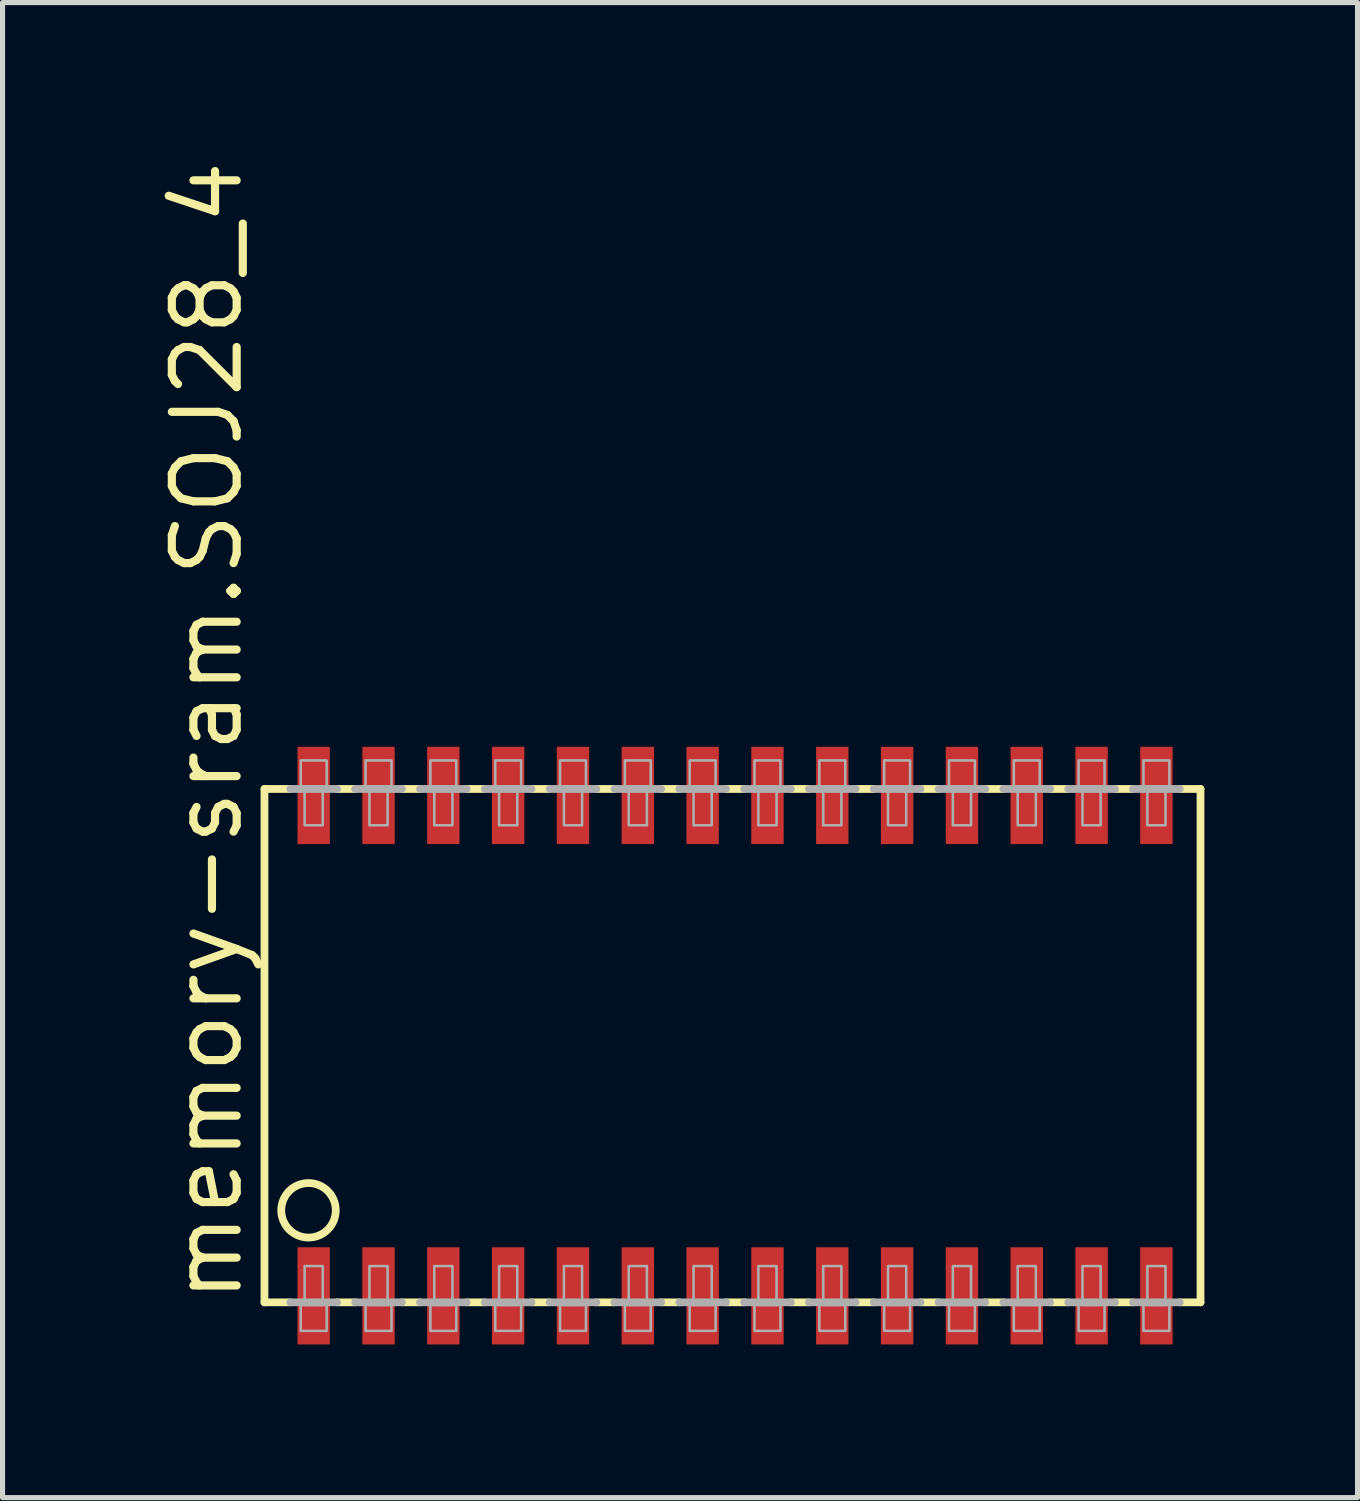
<source format=kicad_pcb>
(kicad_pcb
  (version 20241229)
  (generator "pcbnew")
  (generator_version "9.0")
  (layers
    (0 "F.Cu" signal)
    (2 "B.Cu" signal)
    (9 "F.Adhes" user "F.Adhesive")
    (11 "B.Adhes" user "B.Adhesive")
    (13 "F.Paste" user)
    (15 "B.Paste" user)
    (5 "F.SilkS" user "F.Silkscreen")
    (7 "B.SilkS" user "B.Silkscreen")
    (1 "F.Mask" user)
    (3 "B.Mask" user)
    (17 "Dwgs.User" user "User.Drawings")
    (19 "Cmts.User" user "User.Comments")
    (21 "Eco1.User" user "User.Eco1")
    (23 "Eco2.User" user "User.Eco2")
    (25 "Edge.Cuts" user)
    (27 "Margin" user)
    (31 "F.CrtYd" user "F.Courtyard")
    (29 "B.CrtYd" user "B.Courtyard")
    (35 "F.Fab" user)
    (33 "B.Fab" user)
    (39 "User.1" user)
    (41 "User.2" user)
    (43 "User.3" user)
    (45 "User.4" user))
  (footprint "memory-sram.SOJ28_4"
    (layer "F.Cu")
    (at 11.351 17.436)
    (property "Reference" "memory-sram.SOJ28_4" (at -9.601 5.105 90) (layer "F.SilkS") (effects (font (size 1.27 1.27) (thickness 0.16)) (justify left bottom)))
    (attr smd)
    (fp_line (start -9.22 -5.029) (end -9.22 5.029) (stroke (width 0.152) (type default)) (layer "F.SilkS"))
    (fp_line (start -9.22 -5.029) (end -8.712 -5.029) (stroke (width 0.152) (type default)) (layer "F.SilkS"))
    (fp_line (start -9.22 5.029) (end -8.712 5.029) (stroke (width 0.152) (type default)) (layer "F.SilkS"))
    (fp_line (start -7.798 -5.029) (end -7.442 -5.029) (stroke (width 0.152) (type default)) (layer "F.SilkS"))
    (fp_line (start -7.442 5.029) (end -7.798 5.029) (stroke (width 0.152) (type default)) (layer "F.SilkS"))
    (fp_line (start -6.528 -5.029) (end -6.172 -5.029) (stroke (width 0.152) (type default)) (layer "F.SilkS"))
    (fp_line (start -6.172 5.029) (end -6.528 5.029) (stroke (width 0.152) (type default)) (layer "F.SilkS"))
    (fp_line (start -5.258 -5.029) (end -4.902 -5.029) (stroke (width 0.152) (type default)) (layer "F.SilkS"))
    (fp_line (start -4.902 5.029) (end -5.258 5.029) (stroke (width 0.152) (type default)) (layer "F.SilkS"))
    (fp_line (start -3.988 -5.029) (end -3.632 -5.029) (stroke (width 0.152) (type default)) (layer "F.SilkS"))
    (fp_line (start -3.632 5.029) (end -3.988 5.029) (stroke (width 0.152) (type default)) (layer "F.SilkS"))
    (fp_line (start -2.718 -5.029) (end -2.362 -5.029) (stroke (width 0.152) (type default)) (layer "F.SilkS"))
    (fp_line (start -2.362 5.029) (end -2.718 5.029) (stroke (width 0.152) (type default)) (layer "F.SilkS"))
    (fp_line (start -1.448 -5.029) (end -1.092 -5.029) (stroke (width 0.152) (type default)) (layer "F.SilkS"))
    (fp_line (start -1.092 5.029) (end -1.448 5.029) (stroke (width 0.152) (type default)) (layer "F.SilkS"))
    (fp_line (start -0.178 -5.029) (end 0.178 -5.029) (stroke (width 0.152) (type default)) (layer "F.SilkS"))
    (fp_line (start 0.178 5.029) (end -0.178 5.029) (stroke (width 0.152) (type default)) (layer "F.SilkS"))
    (fp_line (start 1.092 -5.029) (end 1.448 -5.029) (stroke (width 0.152) (type default)) (layer "F.SilkS"))
    (fp_line (start 1.448 5.029) (end 1.092 5.029) (stroke (width 0.152) (type default)) (layer "F.SilkS"))
    (fp_line (start 2.362 -5.029) (end 2.718 -5.029) (stroke (width 0.152) (type default)) (layer "F.SilkS"))
    (fp_line (start 2.718 5.029) (end 2.362 5.029) (stroke (width 0.152) (type default)) (layer "F.SilkS"))
    (fp_line (start 3.632 -5.029) (end 3.988 -5.029) (stroke (width 0.152) (type default)) (layer "F.SilkS"))
    (fp_line (start 3.988 5.029) (end 3.632 5.029) (stroke (width 0.152) (type default)) (layer "F.SilkS"))
    (fp_line (start 4.902 -5.029) (end 5.258 -5.029) (stroke (width 0.152) (type default)) (layer "F.SilkS"))
    (fp_line (start 5.258 5.029) (end 4.902 5.029) (stroke (width 0.152) (type default)) (layer "F.SilkS"))
    (fp_line (start 6.172 -5.029) (end 6.528 -5.029) (stroke (width 0.152) (type default)) (layer "F.SilkS"))
    (fp_line (start 6.528 5.029) (end 6.172 5.029) (stroke (width 0.152) (type default)) (layer "F.SilkS"))
    (fp_line (start 7.442 -5.029) (end 7.798 -5.029) (stroke (width 0.152) (type default)) (layer "F.SilkS"))
    (fp_line (start 7.798 5.029) (end 7.442 5.029) (stroke (width 0.152) (type default)) (layer "F.SilkS"))
    (fp_line (start 9.119 -5.029) (end 8.712 -5.029) (stroke (width 0.152) (type default)) (layer "F.SilkS"))
    (fp_line (start 9.119 5.029) (end 8.712 5.029) (stroke (width 0.152) (type default)) (layer "F.SilkS"))
    (fp_line (start 9.119 5.029) (end 9.119 -5.029) (stroke (width 0.152) (type default)) (layer "F.SilkS"))
    (fp_circle (center -8.357 3.226) (end -7.823 3.226) (stroke (width 0.152) (type default)) (fill no) (layer "F.SilkS"))
    (fp_line (start -8.712 -5.029) (end -7.798 -5.029) (stroke (width 0.152) (type default)) (layer "F.Fab"))
    (fp_line (start -8.712 5.029) (end -7.798 5.029) (stroke (width 0.152) (type default)) (layer "F.Fab"))
    (fp_line (start -7.442 -5.029) (end -6.528 -5.029) (stroke (width 0.152) (type default)) (layer "F.Fab"))
    (fp_line (start -6.528 5.029) (end -7.442 5.029) (stroke (width 0.152) (type default)) (layer "F.Fab"))
    (fp_line (start -6.172 -5.029) (end -5.258 -5.029) (stroke (width 0.152) (type default)) (layer "F.Fab"))
    (fp_line (start -5.258 5.029) (end -6.172 5.029) (stroke (width 0.152) (type default)) (layer "F.Fab"))
    (fp_line (start -4.902 -5.029) (end -3.988 -5.029) (stroke (width 0.152) (type default)) (layer "F.Fab"))
    (fp_line (start -3.988 5.029) (end -4.902 5.029) (stroke (width 0.152) (type default)) (layer "F.Fab"))
    (fp_line (start -3.632 -5.029) (end -2.718 -5.029) (stroke (width 0.152) (type default)) (layer "F.Fab"))
    (fp_line (start -2.718 5.029) (end -3.632 5.029) (stroke (width 0.152) (type default)) (layer "F.Fab"))
    (fp_line (start -2.362 -5.029) (end -1.448 -5.029) (stroke (width 0.152) (type default)) (layer "F.Fab"))
    (fp_line (start -1.448 5.029) (end -2.362 5.029) (stroke (width 0.152) (type default)) (layer "F.Fab"))
    (fp_line (start -1.092 -5.029) (end -0.178 -5.029) (stroke (width 0.152) (type default)) (layer "F.Fab"))
    (fp_line (start -0.178 5.029) (end -1.092 5.029) (stroke (width 0.152) (type default)) (layer "F.Fab"))
    (fp_line (start 0.178 -5.029) (end 1.092 -5.029) (stroke (width 0.152) (type default)) (layer "F.Fab"))
    (fp_line (start 1.092 5.029) (end 0.178 5.029) (stroke (width 0.152) (type default)) (layer "F.Fab"))
    (fp_line (start 1.448 -5.029) (end 2.362 -5.029) (stroke (width 0.152) (type default)) (layer "F.Fab"))
    (fp_line (start 2.362 5.029) (end 1.448 5.029) (stroke (width 0.152) (type default)) (layer "F.Fab"))
    (fp_line (start 2.718 -5.029) (end 3.632 -5.029) (stroke (width 0.152) (type default)) (layer "F.Fab"))
    (fp_line (start 3.632 5.029) (end 2.718 5.029) (stroke (width 0.152) (type default)) (layer "F.Fab"))
    (fp_line (start 3.988 -5.029) (end 4.902 -5.029) (stroke (width 0.152) (type default)) (layer "F.Fab"))
    (fp_line (start 4.902 5.029) (end 3.988 5.029) (stroke (width 0.152) (type default)) (layer "F.Fab"))
    (fp_line (start 5.258 -5.029) (end 6.172 -5.029) (stroke (width 0.152) (type default)) (layer "F.Fab"))
    (fp_line (start 6.172 5.029) (end 5.258 5.029) (stroke (width 0.152) (type default)) (layer "F.Fab"))
    (fp_line (start 6.528 -5.029) (end 7.442 -5.029) (stroke (width 0.152) (type default)) (layer "F.Fab"))
    (fp_line (start 7.442 5.029) (end 6.528 5.029) (stroke (width 0.152) (type default)) (layer "F.Fab"))
    (fp_line (start 8.712 -5.029) (end 7.798 -5.029) (stroke (width 0.152) (type default)) (layer "F.Fab"))
    (fp_line (start 8.712 5.029) (end 7.798 5.029) (stroke (width 0.152) (type default)) (layer "F.Fab"))
    (fp_rect (start -8.509 -5.08) (end -8.001 -5.588) (stroke (width 0.05) (type default)) (fill no) (layer "F.Fab"))
    (fp_rect (start -8.509 5.588) (end -8.001 5.08) (stroke (width 0.05) (type default)) (fill no) (layer "F.Fab"))
    (fp_rect (start -8.433 -4.318) (end -8.077 -5.08) (stroke (width 0.05) (type default)) (fill no) (layer "F.Fab"))
    (fp_rect (start -8.433 5.08) (end -8.077 4.318) (stroke (width 0.05) (type default)) (fill no) (layer "F.Fab"))
    (fp_rect (start -7.239 -5.08) (end -6.731 -5.588) (stroke (width 0.05) (type default)) (fill no) (layer "F.Fab"))
    (fp_rect (start -7.239 5.588) (end -6.731 5.08) (stroke (width 0.05) (type default)) (fill no) (layer "F.Fab"))
    (fp_rect (start -7.163 -4.318) (end -6.807 -5.08) (stroke (width 0.05) (type default)) (fill no) (layer "F.Fab"))
    (fp_rect (start -7.163 5.08) (end -6.807 4.318) (stroke (width 0.05) (type default)) (fill no) (layer "F.Fab"))
    (fp_rect (start -5.969 -5.08) (end -5.461 -5.588) (stroke (width 0.05) (type default)) (fill no) (layer "F.Fab"))
    (fp_rect (start -5.969 5.588) (end -5.461 5.08) (stroke (width 0.05) (type default)) (fill no) (layer "F.Fab"))
    (fp_rect (start -5.893 -4.318) (end -5.537 -5.08) (stroke (width 0.05) (type default)) (fill no) (layer "F.Fab"))
    (fp_rect (start -5.893 5.08) (end -5.537 4.318) (stroke (width 0.05) (type default)) (fill no) (layer "F.Fab"))
    (fp_rect (start -4.699 -5.08) (end -4.191 -5.588) (stroke (width 0.05) (type default)) (fill no) (layer "F.Fab"))
    (fp_rect (start -4.699 5.588) (end -4.191 5.08) (stroke (width 0.05) (type default)) (fill no) (layer "F.Fab"))
    (fp_rect (start -4.623 -4.318) (end -4.267 -5.08) (stroke (width 0.05) (type default)) (fill no) (layer "F.Fab"))
    (fp_rect (start -4.623 5.08) (end -4.267 4.318) (stroke (width 0.05) (type default)) (fill no) (layer "F.Fab"))
    (fp_rect (start -3.429 -5.08) (end -2.921 -5.588) (stroke (width 0.05) (type default)) (fill no) (layer "F.Fab"))
    (fp_rect (start -3.429 5.588) (end -2.921 5.08) (stroke (width 0.05) (type default)) (fill no) (layer "F.Fab"))
    (fp_rect (start -3.353 -4.318) (end -2.997 -5.08) (stroke (width 0.05) (type default)) (fill no) (layer "F.Fab"))
    (fp_rect (start -3.353 5.08) (end -2.997 4.318) (stroke (width 0.05) (type default)) (fill no) (layer "F.Fab"))
    (fp_rect (start -2.159 -5.08) (end -1.651 -5.588) (stroke (width 0.05) (type default)) (fill no) (layer "F.Fab"))
    (fp_rect (start -2.159 5.588) (end -1.651 5.08) (stroke (width 0.05) (type default)) (fill no) (layer "F.Fab"))
    (fp_rect (start -2.083 -4.318) (end -1.727 -5.08) (stroke (width 0.05) (type default)) (fill no) (layer "F.Fab"))
    (fp_rect (start -2.083 5.08) (end -1.727 4.318) (stroke (width 0.05) (type default)) (fill no) (layer "F.Fab"))
    (fp_rect (start -0.889 -5.08) (end -0.381 -5.588) (stroke (width 0.05) (type default)) (fill no) (layer "F.Fab"))
    (fp_rect (start -0.889 5.588) (end -0.381 5.08) (stroke (width 0.05) (type default)) (fill no) (layer "F.Fab"))
    (fp_rect (start -0.813 -4.318) (end -0.457 -5.08) (stroke (width 0.05) (type default)) (fill no) (layer "F.Fab"))
    (fp_rect (start -0.813 5.08) (end -0.457 4.318) (stroke (width 0.05) (type default)) (fill no) (layer "F.Fab"))
    (fp_rect (start 0.381 -5.08) (end 0.889 -5.588) (stroke (width 0.05) (type default)) (fill no) (layer "F.Fab"))
    (fp_rect (start 0.381 5.588) (end 0.889 5.08) (stroke (width 0.05) (type default)) (fill no) (layer "F.Fab"))
    (fp_rect (start 0.457 -4.318) (end 0.813 -5.08) (stroke (width 0.05) (type default)) (fill no) (layer "F.Fab"))
    (fp_rect (start 0.457 5.08) (end 0.813 4.318) (stroke (width 0.05) (type default)) (fill no) (layer "F.Fab"))
    (fp_rect (start 1.651 -5.08) (end 2.159 -5.588) (stroke (width 0.05) (type default)) (fill no) (layer "F.Fab"))
    (fp_rect (start 1.651 5.588) (end 2.159 5.08) (stroke (width 0.05) (type default)) (fill no) (layer "F.Fab"))
    (fp_rect (start 1.727 -4.318) (end 2.083 -5.08) (stroke (width 0.05) (type default)) (fill no) (layer "F.Fab"))
    (fp_rect (start 1.727 5.08) (end 2.083 4.318) (stroke (width 0.05) (type default)) (fill no) (layer "F.Fab"))
    (fp_rect (start 2.921 -5.08) (end 3.429 -5.588) (stroke (width 0.05) (type default)) (fill no) (layer "F.Fab"))
    (fp_rect (start 2.921 5.588) (end 3.429 5.08) (stroke (width 0.05) (type default)) (fill no) (layer "F.Fab"))
    (fp_rect (start 2.997 -4.318) (end 3.353 -5.08) (stroke (width 0.05) (type default)) (fill no) (layer "F.Fab"))
    (fp_rect (start 2.997 5.08) (end 3.353 4.318) (stroke (width 0.05) (type default)) (fill no) (layer "F.Fab"))
    (fp_rect (start 4.191 -5.08) (end 4.699 -5.588) (stroke (width 0.05) (type default)) (fill no) (layer "F.Fab"))
    (fp_rect (start 4.191 5.588) (end 4.699 5.08) (stroke (width 0.05) (type default)) (fill no) (layer "F.Fab"))
    (fp_rect (start 4.267 -4.318) (end 4.623 -5.08) (stroke (width 0.05) (type default)) (fill no) (layer "F.Fab"))
    (fp_rect (start 4.267 5.08) (end 4.623 4.318) (stroke (width 0.05) (type default)) (fill no) (layer "F.Fab"))
    (fp_rect (start 5.461 -5.08) (end 5.969 -5.588) (stroke (width 0.05) (type default)) (fill no) (layer "F.Fab"))
    (fp_rect (start 5.461 5.588) (end 5.969 5.08) (stroke (width 0.05) (type default)) (fill no) (layer "F.Fab"))
    (fp_rect (start 5.537 -4.318) (end 5.893 -5.08) (stroke (width 0.05) (type default)) (fill no) (layer "F.Fab"))
    (fp_rect (start 5.537 5.08) (end 5.893 4.318) (stroke (width 0.05) (type default)) (fill no) (layer "F.Fab"))
    (fp_rect (start 6.731 -5.08) (end 7.239 -5.588) (stroke (width 0.05) (type default)) (fill no) (layer "F.Fab"))
    (fp_rect (start 6.731 5.588) (end 7.239 5.08) (stroke (width 0.05) (type default)) (fill no) (layer "F.Fab"))
    (fp_rect (start 6.807 -4.318) (end 7.163 -5.08) (stroke (width 0.05) (type default)) (fill no) (layer "F.Fab"))
    (fp_rect (start 6.807 5.08) (end 7.163 4.318) (stroke (width 0.05) (type default)) (fill no) (layer "F.Fab"))
    (fp_rect (start 8.001 -5.08) (end 8.509 -5.588) (stroke (width 0.05) (type default)) (fill no) (layer "F.Fab"))
    (fp_rect (start 8.001 5.588) (end 8.509 5.08) (stroke (width 0.05) (type default)) (fill no) (layer "F.Fab"))
    (fp_rect (start 8.077 -4.318) (end 8.433 -5.08) (stroke (width 0.05) (type default)) (fill no) (layer "F.Fab"))
    (fp_rect (start 8.077 5.08) (end 8.433 4.318) (stroke (width 0.05) (type default)) (fill no) (layer "F.Fab"))
    (pad "1" smd roundrect (at -8.255 4.902) (size 0.635 1.905) (layers "F.Cu" "F.Mask" "F.Paste") (roundrect_rratio 0.01))
    (pad "2" smd roundrect (at -6.985 4.902) (size 0.635 1.905) (layers "F.Cu" "F.Mask" "F.Paste") (roundrect_rratio 0.01))
    (pad "3" smd roundrect (at -5.715 4.902) (size 0.635 1.905) (layers "F.Cu" "F.Mask" "F.Paste") (roundrect_rratio 0.01))
    (pad "4" smd roundrect (at -4.445 4.902) (size 0.635 1.905) (layers "F.Cu" "F.Mask" "F.Paste") (roundrect_rratio 0.01))
    (pad "5" smd roundrect (at -3.175 4.902) (size 0.635 1.905) (layers "F.Cu" "F.Mask" "F.Paste") (roundrect_rratio 0.01))
    (pad "6" smd roundrect (at -1.905 4.902) (size 0.635 1.905) (layers "F.Cu" "F.Mask" "F.Paste") (roundrect_rratio 0.01))
    (pad "7" smd roundrect (at -0.635 4.902) (size 0.635 1.905) (layers "F.Cu" "F.Mask" "F.Paste") (roundrect_rratio 0.01))
    (pad "8" smd roundrect (at 0.635 4.902) (size 0.635 1.905) (layers "F.Cu" "F.Mask" "F.Paste") (roundrect_rratio 0.01))
    (pad "9" smd roundrect (at 1.905 4.902) (size 0.635 1.905) (layers "F.Cu" "F.Mask" "F.Paste") (roundrect_rratio 0.01))
    (pad "10" smd roundrect (at 3.175 4.902) (size 0.635 1.905) (layers "F.Cu" "F.Mask" "F.Paste") (roundrect_rratio 0.01))
    (pad "11" smd roundrect (at 4.445 4.902) (size 0.635 1.905) (layers "F.Cu" "F.Mask" "F.Paste") (roundrect_rratio 0.01))
    (pad "12" smd roundrect (at 5.715 4.902) (size 0.635 1.905) (layers "F.Cu" "F.Mask" "F.Paste") (roundrect_rratio 0.01))
    (pad "13" smd roundrect (at 6.985 4.902) (size 0.635 1.905) (layers "F.Cu" "F.Mask" "F.Paste") (roundrect_rratio 0.01))
    (pad "14" smd roundrect (at 8.255 4.902) (size 0.635 1.905) (layers "F.Cu" "F.Mask" "F.Paste") (roundrect_rratio 0.01))
    (pad "15" smd roundrect (at 8.255 -4.902) (size 0.635 1.905) (layers "F.Cu" "F.Mask" "F.Paste") (roundrect_rratio 0.01))
    (pad "16" smd roundrect (at 6.985 -4.902) (size 0.635 1.905) (layers "F.Cu" "F.Mask" "F.Paste") (roundrect_rratio 0.01))
    (pad "17" smd roundrect (at 5.715 -4.902) (size 0.635 1.905) (layers "F.Cu" "F.Mask" "F.Paste") (roundrect_rratio 0.01))
    (pad "18" smd roundrect (at 4.445 -4.902) (size 0.635 1.905) (layers "F.Cu" "F.Mask" "F.Paste") (roundrect_rratio 0.01))
    (pad "19" smd roundrect (at 3.175 -4.902) (size 0.635 1.905) (layers "F.Cu" "F.Mask" "F.Paste") (roundrect_rratio 0.01))
    (pad "20" smd roundrect (at 1.905 -4.902) (size 0.635 1.905) (layers "F.Cu" "F.Mask" "F.Paste") (roundrect_rratio 0.01))
    (pad "21" smd roundrect (at 0.635 -4.902) (size 0.635 1.905) (layers "F.Cu" "F.Mask" "F.Paste") (roundrect_rratio 0.01))
    (pad "22" smd roundrect (at -0.635 -4.902) (size 0.635 1.905) (layers "F.Cu" "F.Mask" "F.Paste") (roundrect_rratio 0.01))
    (pad "23" smd roundrect (at -1.905 -4.902) (size 0.635 1.905) (layers "F.Cu" "F.Mask" "F.Paste") (roundrect_rratio 0.01))
    (pad "24" smd roundrect (at -3.175 -4.902) (size 0.635 1.905) (layers "F.Cu" "F.Mask" "F.Paste") (roundrect_rratio 0.01))
    (pad "25" smd roundrect (at -4.445 -4.902) (size 0.635 1.905) (layers "F.Cu" "F.Mask" "F.Paste") (roundrect_rratio 0.01))
    (pad "26" smd roundrect (at -5.715 -4.902) (size 0.635 1.905) (layers "F.Cu" "F.Mask" "F.Paste") (roundrect_rratio 0.01))
    (pad "27" smd roundrect (at -6.985 -4.902) (size 0.635 1.905) (layers "F.Cu" "F.Mask" "F.Paste") (roundrect_rratio 0.01))
    (pad "28" smd roundrect (at -8.255 -4.902) (size 0.635 1.905) (layers "F.Cu" "F.Mask" "F.Paste") (roundrect_rratio 0.01)))
  (gr_rect
    (start -3 -3)
    (end 23.546 26.291)
    (stroke (width 0.1) (type default))
    (fill no)
    (layer "Edge.Cuts")))
</source>
